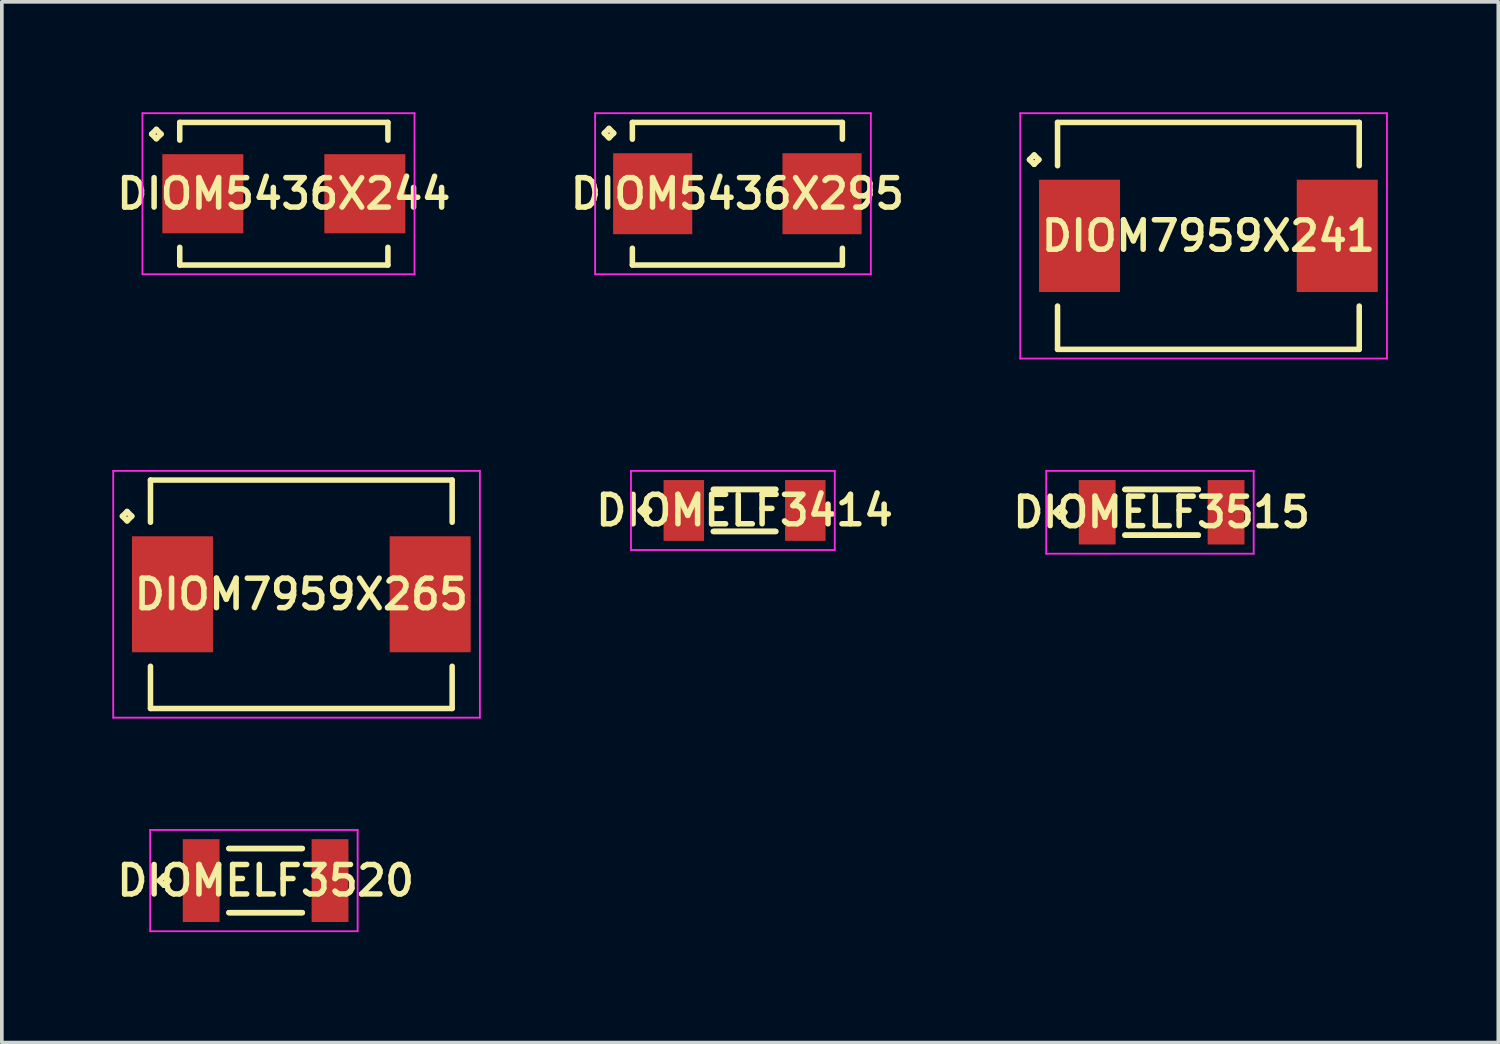
<source format=kicad_pcb>
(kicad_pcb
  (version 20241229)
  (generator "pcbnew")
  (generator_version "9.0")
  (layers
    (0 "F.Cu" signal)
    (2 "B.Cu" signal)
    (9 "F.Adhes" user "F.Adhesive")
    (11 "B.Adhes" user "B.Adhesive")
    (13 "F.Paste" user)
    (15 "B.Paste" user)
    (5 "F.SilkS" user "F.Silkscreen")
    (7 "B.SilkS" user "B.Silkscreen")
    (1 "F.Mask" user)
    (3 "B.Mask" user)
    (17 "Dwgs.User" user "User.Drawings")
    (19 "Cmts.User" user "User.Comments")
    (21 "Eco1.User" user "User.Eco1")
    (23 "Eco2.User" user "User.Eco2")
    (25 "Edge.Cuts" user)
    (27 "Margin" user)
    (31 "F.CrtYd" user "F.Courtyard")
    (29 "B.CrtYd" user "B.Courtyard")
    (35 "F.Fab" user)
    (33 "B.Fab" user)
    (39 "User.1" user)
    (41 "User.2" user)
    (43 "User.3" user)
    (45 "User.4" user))
  (footprint "DIOM5436X295"
    (layer "F.Cu")
    (at 16.978 2.212)
    (property "Reference" "DIOM5436X295" (at 0 0 0) (layer "F.SilkS") (effects (font (size 0.8 0.8) (thickness 0.15))))
    (attr smd)
    (fp_line (start -3.614 -1.646) (end -3.487 -1.773) (stroke (width 0.15) (type solid)) (layer "F.SilkS"))
    (fp_line (start -3.487 -1.773) (end -3.36 -1.646) (stroke (width 0.15) (type solid)) (layer "F.SilkS"))
    (fp_line (start -3.487 -1.519) (end -3.614 -1.646) (stroke (width 0.15) (type solid)) (layer "F.SilkS"))
    (fp_line (start -3.36 -1.646) (end -3.487 -1.519) (stroke (width 0.15) (type solid)) (layer "F.SilkS"))
    (fp_line (start -2.852 -1.937) (end 2.852 -1.937) (stroke (width 0.15) (type solid)) (layer "F.SilkS"))
    (fp_line (start -2.852 -1.481) (end -2.852 -1.937) (stroke (width 0.15) (type solid)) (layer "F.SilkS"))
    (fp_line (start -2.852 1.481) (end -2.852 1.937) (stroke (width 0.15) (type solid)) (layer "F.SilkS"))
    (fp_line (start -2.852 1.937) (end 2.852 1.937) (stroke (width 0.15) (type solid)) (layer "F.SilkS"))
    (fp_line (start 2.852 -1.937) (end 2.852 -1.481) (stroke (width 0.15) (type solid)) (layer "F.SilkS"))
    (fp_line (start 2.852 1.937) (end 2.852 1.481) (stroke (width 0.15) (type solid)) (layer "F.SilkS"))
    (fp_line (start -3.864 -2.187) (end 3.625 -2.187) (stroke (width 0.05) (type solid)) (layer "F.CrtYd"))
    (fp_line (start -3.864 2.187) (end -3.864 -2.187) (stroke (width 0.05) (type solid)) (layer "F.CrtYd"))
    (fp_line (start 3.625 -2.187) (end 3.625 2.187) (stroke (width 0.05) (type solid)) (layer "F.CrtYd"))
    (fp_line (start 3.625 2.187) (end -3.864 2.187) (stroke (width 0.05) (type solid)) (layer "F.CrtYd"))
    (pad "1" smd rect (at -2.3 0) (size 2.15 2.2) (layers "F.Cu" "F.Mask" "F.Paste"))
    (pad "2" smd rect (at 2.3 0) (size 2.15 2.2) (layers "F.Cu" "F.Mask" "F.Paste")))
  (footprint "DIOM7959X241"
    (layer "F.Cu")
    (at 29.771 3.357)
    (property "Reference" "DIOM7959X241" (at 0 0 0) (layer "F.SilkS") (effects (font (size 0.8 0.8) (thickness 0.15))))
    (attr smd)
    (fp_line (start -4.859 -2.071) (end -4.732 -2.198) (stroke (width 0.15) (type solid)) (layer "F.SilkS"))
    (fp_line (start -4.732 -2.198) (end -4.605 -2.071) (stroke (width 0.15) (type solid)) (layer "F.SilkS"))
    (fp_line (start -4.732 -1.944) (end -4.859 -2.071) (stroke (width 0.15) (type solid)) (layer "F.SilkS"))
    (fp_line (start -4.605 -2.071) (end -4.732 -1.944) (stroke (width 0.15) (type solid)) (layer "F.SilkS"))
    (fp_line (start -4.097 -3.082) (end 4.097 -3.082) (stroke (width 0.15) (type solid)) (layer "F.SilkS"))
    (fp_line (start -4.097 -1.906) (end -4.097 -3.082) (stroke (width 0.15) (type solid)) (layer "F.SilkS"))
    (fp_line (start -4.097 1.906) (end -4.097 3.082) (stroke (width 0.15) (type solid)) (layer "F.SilkS"))
    (fp_line (start -4.097 3.082) (end 4.097 3.082) (stroke (width 0.15) (type solid)) (layer "F.SilkS"))
    (fp_line (start 4.097 -3.082) (end 4.097 -1.906) (stroke (width 0.15) (type solid)) (layer "F.SilkS"))
    (fp_line (start 4.097 3.082) (end 4.097 1.906) (stroke (width 0.15) (type solid)) (layer "F.SilkS"))
    (fp_line (start -5.109 -3.332) (end 4.85 -3.332) (stroke (width 0.05) (type solid)) (layer "F.CrtYd"))
    (fp_line (start -5.109 3.332) (end -5.109 -3.332) (stroke (width 0.05) (type solid)) (layer "F.CrtYd"))
    (fp_line (start 4.85 -3.332) (end 4.85 3.332) (stroke (width 0.05) (type solid)) (layer "F.CrtYd"))
    (fp_line (start 4.85 3.332) (end -5.109 3.332) (stroke (width 0.05) (type solid)) (layer "F.CrtYd"))
    (pad "1" smd rect (at -3.5 0) (size 2.2 3.05) (layers "F.Cu" "F.Mask" "F.Paste"))
    (pad "2" smd rect (at 3.5 0) (size 2.2 3.05) (layers "F.Cu" "F.Mask" "F.Paste")))
  (footprint "DIOMELF3414"
    (layer "F.Cu")
    (at 17.173 10.814)
    (property "Reference" "DIOMELF3414" (at 0 0 0) (layer "F.SilkS") (effects (font (size 0.8 0.8) (thickness 0.15))))
    (attr smd)
    (fp_line (start -2.835 0) (end -2.708 -0.127) (stroke (width 0.15) (type solid)) (layer "F.SilkS"))
    (fp_line (start -2.708 -0.127) (end -2.581 0) (stroke (width 0.15) (type solid)) (layer "F.SilkS"))
    (fp_line (start -2.708 0.127) (end -2.835 0) (stroke (width 0.15) (type solid)) (layer "F.SilkS"))
    (fp_line (start -2.581 0) (end -2.708 0.127) (stroke (width 0.15) (type solid)) (layer "F.SilkS"))
    (fp_line (start -0.846 -0.571) (end 0.846 -0.571) (stroke (width 0.15) (type solid)) (layer "F.SilkS"))
    (fp_line (start -0.846 0.571) (end 0.846 0.571) (stroke (width 0.15) (type solid)) (layer "F.SilkS"))
    (fp_line (start 0.846 -0.571) (end -0.846 -0.571) (stroke (width 0.15) (type solid)) (layer "F.SilkS"))
    (fp_line (start 0.846 0.571) (end -0.846 0.571) (stroke (width 0.15) (type solid)) (layer "F.SilkS"))
    (fp_line (start -3.085 -1.075) (end 2.45 -1.075) (stroke (width 0.05) (type solid)) (layer "F.CrtYd"))
    (fp_line (start -3.085 1.075) (end -3.085 -1.075) (stroke (width 0.05) (type solid)) (layer "F.CrtYd"))
    (fp_line (start 2.45 -1.075) (end 2.45 1.075) (stroke (width 0.05) (type solid)) (layer "F.CrtYd"))
    (fp_line (start 2.45 1.075) (end -3.085 1.075) (stroke (width 0.05) (type solid)) (layer "F.CrtYd"))
    (pad "1" smd rect (at -1.65 0) (size 1.1 1.65) (layers "F.Cu" "F.Mask" "F.Paste"))
    (pad "2" smd rect (at 1.65 0) (size 1.1 1.65) (layers "F.Cu" "F.Mask" "F.Paste")))
  (footprint "DIOMELF3520"
    (layer "F.Cu")
    (at 4.164 20.868)
    (property "Reference" "DIOMELF3520" (at 0 0 0) (layer "F.SilkS") (effects (font (size 0.8 0.8) (thickness 0.15))))
    (attr smd)
    (fp_line (start -2.885 0) (end -2.758 -0.127) (stroke (width 0.15) (type solid)) (layer "F.SilkS"))
    (fp_line (start -2.758 -0.127) (end -2.631 0) (stroke (width 0.15) (type solid)) (layer "F.SilkS"))
    (fp_line (start -2.758 0.127) (end -2.885 0) (stroke (width 0.15) (type solid)) (layer "F.SilkS"))
    (fp_line (start -2.631 0) (end -2.758 0.127) (stroke (width 0.15) (type solid)) (layer "F.SilkS"))
    (fp_line (start -0.996 -0.871) (end 0.996 -0.871) (stroke (width 0.15) (type solid)) (layer "F.SilkS"))
    (fp_line (start -0.996 0.871) (end 0.996 0.871) (stroke (width 0.15) (type solid)) (layer "F.SilkS"))
    (fp_line (start 0.996 -0.871) (end -0.996 -0.871) (stroke (width 0.15) (type solid)) (layer "F.SilkS"))
    (fp_line (start 0.996 0.871) (end -0.996 0.871) (stroke (width 0.15) (type solid)) (layer "F.SilkS"))
    (fp_line (start -3.135 -1.375) (end 2.5 -1.375) (stroke (width 0.05) (type solid)) (layer "F.CrtYd"))
    (fp_line (start -3.135 1.375) (end -3.135 -1.375) (stroke (width 0.05) (type solid)) (layer "F.CrtYd"))
    (fp_line (start 2.5 -1.375) (end 2.5 1.375) (stroke (width 0.05) (type solid)) (layer "F.CrtYd"))
    (fp_line (start 2.5 1.375) (end -3.135 1.375) (stroke (width 0.05) (type solid)) (layer "F.CrtYd"))
    (pad "1" smd rect (at -1.75 0) (size 1 2.25) (layers "F.Cu" "F.Mask" "F.Paste"))
    (pad "2" smd rect (at 1.75 0) (size 1 2.25) (layers "F.Cu" "F.Mask" "F.Paste")))
  (footprint "DIOMELF3515"
    (layer "F.Cu")
    (at 28.501 10.864)
    (property "Reference" "DIOMELF3515" (at 0 0 0) (layer "F.SilkS") (effects (font (size 0.8 0.8) (thickness 0.15))))
    (attr smd)
    (fp_line (start -2.885 0) (end -2.758 -0.127) (stroke (width 0.15) (type solid)) (layer "F.SilkS"))
    (fp_line (start -2.758 -0.127) (end -2.631 0) (stroke (width 0.15) (type solid)) (layer "F.SilkS"))
    (fp_line (start -2.758 0.127) (end -2.885 0) (stroke (width 0.15) (type solid)) (layer "F.SilkS"))
    (fp_line (start -2.631 0) (end -2.758 0.127) (stroke (width 0.15) (type solid)) (layer "F.SilkS"))
    (fp_line (start -0.996 -0.621) (end 0.996 -0.621) (stroke (width 0.15) (type solid)) (layer "F.SilkS"))
    (fp_line (start -0.996 0.621) (end 0.996 0.621) (stroke (width 0.15) (type solid)) (layer "F.SilkS"))
    (fp_line (start 0.996 -0.621) (end -0.996 -0.621) (stroke (width 0.15) (type solid)) (layer "F.SilkS"))
    (fp_line (start 0.996 0.621) (end -0.996 0.621) (stroke (width 0.15) (type solid)) (layer "F.SilkS"))
    (fp_line (start -3.135 -1.125) (end 2.5 -1.125) (stroke (width 0.05) (type solid)) (layer "F.CrtYd"))
    (fp_line (start -3.135 1.125) (end -3.135 -1.125) (stroke (width 0.05) (type solid)) (layer "F.CrtYd"))
    (fp_line (start 2.5 -1.125) (end 2.5 1.125) (stroke (width 0.05) (type solid)) (layer "F.CrtYd"))
    (fp_line (start 2.5 1.125) (end -3.135 1.125) (stroke (width 0.05) (type solid)) (layer "F.CrtYd"))
    (pad "1" smd rect (at -1.75 0) (size 1 1.75) (layers "F.Cu" "F.Mask" "F.Paste"))
    (pad "2" smd rect (at 1.75 0) (size 1 1.75) (layers "F.Cu" "F.Mask" "F.Paste")))
  (footprint "DIOM7959X265"
    (layer "F.Cu")
    (at 5.134 13.091)
    (property "Reference" "DIOM7959X265" (at 0 0 0) (layer "F.SilkS") (effects (font (size 0.8 0.8) (thickness 0.15))))
    (attr smd)
    (fp_line (start -4.859 -2.121) (end -4.732 -2.248) (stroke (width 0.15) (type solid)) (layer "F.SilkS"))
    (fp_line (start -4.732 -2.248) (end -4.605 -2.121) (stroke (width 0.15) (type solid)) (layer "F.SilkS"))
    (fp_line (start -4.732 -1.994) (end -4.859 -2.121) (stroke (width 0.15) (type solid)) (layer "F.SilkS"))
    (fp_line (start -4.605 -2.121) (end -4.732 -1.994) (stroke (width 0.15) (type solid)) (layer "F.SilkS"))
    (fp_line (start -4.097 -3.102) (end 4.097 -3.102) (stroke (width 0.15) (type solid)) (layer "F.SilkS"))
    (fp_line (start -4.097 -1.956) (end -4.097 -3.102) (stroke (width 0.15) (type solid)) (layer "F.SilkS"))
    (fp_line (start -4.097 1.956) (end -4.097 3.102) (stroke (width 0.15) (type solid)) (layer "F.SilkS"))
    (fp_line (start -4.097 3.102) (end 4.097 3.102) (stroke (width 0.15) (type solid)) (layer "F.SilkS"))
    (fp_line (start 4.097 -3.102) (end 4.097 -1.956) (stroke (width 0.15) (type solid)) (layer "F.SilkS"))
    (fp_line (start 4.097 3.102) (end 4.097 1.956) (stroke (width 0.15) (type solid)) (layer "F.SilkS"))
    (fp_line (start -5.109 -3.352) (end 4.85 -3.352) (stroke (width 0.05) (type solid)) (layer "F.CrtYd"))
    (fp_line (start -5.109 3.352) (end -5.109 -3.352) (stroke (width 0.05) (type solid)) (layer "F.CrtYd"))
    (fp_line (start 4.85 -3.352) (end 4.85 3.352) (stroke (width 0.05) (type solid)) (layer "F.CrtYd"))
    (fp_line (start 4.85 3.352) (end -5.109 3.352) (stroke (width 0.05) (type solid)) (layer "F.CrtYd"))
    (pad "1" smd rect (at -3.5 0) (size 2.2 3.15) (layers "F.Cu" "F.Mask" "F.Paste"))
    (pad "2" smd rect (at 3.5 0) (size 2.2 3.15) (layers "F.Cu" "F.Mask" "F.Paste")))
  (footprint "DIOM5436X244"
    (layer "F.Cu")
    (at 4.659 2.212)
    (property "Reference" "DIOM5436X244" (at 0 0 0) (layer "F.SilkS") (effects (font (size 0.8 0.8) (thickness 0.15))))
    (attr smd)
    (fp_line (start -3.589 -1.621) (end -3.462 -1.748) (stroke (width 0.15) (type solid)) (layer "F.SilkS"))
    (fp_line (start -3.462 -1.748) (end -3.335 -1.621) (stroke (width 0.15) (type solid)) (layer "F.SilkS"))
    (fp_line (start -3.462 -1.494) (end -3.589 -1.621) (stroke (width 0.15) (type solid)) (layer "F.SilkS"))
    (fp_line (start -3.335 -1.621) (end -3.462 -1.494) (stroke (width 0.15) (type solid)) (layer "F.SilkS"))
    (fp_line (start -2.827 -1.937) (end 2.827 -1.937) (stroke (width 0.15) (type solid)) (layer "F.SilkS"))
    (fp_line (start -2.827 -1.456) (end -2.827 -1.937) (stroke (width 0.15) (type solid)) (layer "F.SilkS"))
    (fp_line (start -2.827 1.456) (end -2.827 1.937) (stroke (width 0.15) (type solid)) (layer "F.SilkS"))
    (fp_line (start -2.827 1.937) (end 2.827 1.937) (stroke (width 0.15) (type solid)) (layer "F.SilkS"))
    (fp_line (start 2.827 -1.937) (end 2.827 -1.456) (stroke (width 0.15) (type solid)) (layer "F.SilkS"))
    (fp_line (start 2.827 1.937) (end 2.827 1.456) (stroke (width 0.15) (type solid)) (layer "F.SilkS"))
    (fp_line (start -3.839 -2.187) (end 3.55 -2.187) (stroke (width 0.05) (type solid)) (layer "F.CrtYd"))
    (fp_line (start -3.839 2.187) (end -3.839 -2.187) (stroke (width 0.05) (type solid)) (layer "F.CrtYd"))
    (fp_line (start 3.55 -2.187) (end 3.55 2.187) (stroke (width 0.05) (type solid)) (layer "F.CrtYd"))
    (fp_line (start 3.55 2.187) (end -3.839 2.187) (stroke (width 0.05) (type solid)) (layer "F.CrtYd"))
    (pad "1" smd rect (at -2.2 0) (size 2.2 2.15) (layers "F.Cu" "F.Mask" "F.Paste"))
    (pad "2" smd rect (at 2.2 0) (size 2.2 2.15) (layers "F.Cu" "F.Mask" "F.Paste")))
  (gr_rect
    (start -3 -3)
    (end 37.646 25.268)
    (stroke (width 0.1) (type default))
    (fill no)
    (layer "Edge.Cuts")))
</source>
